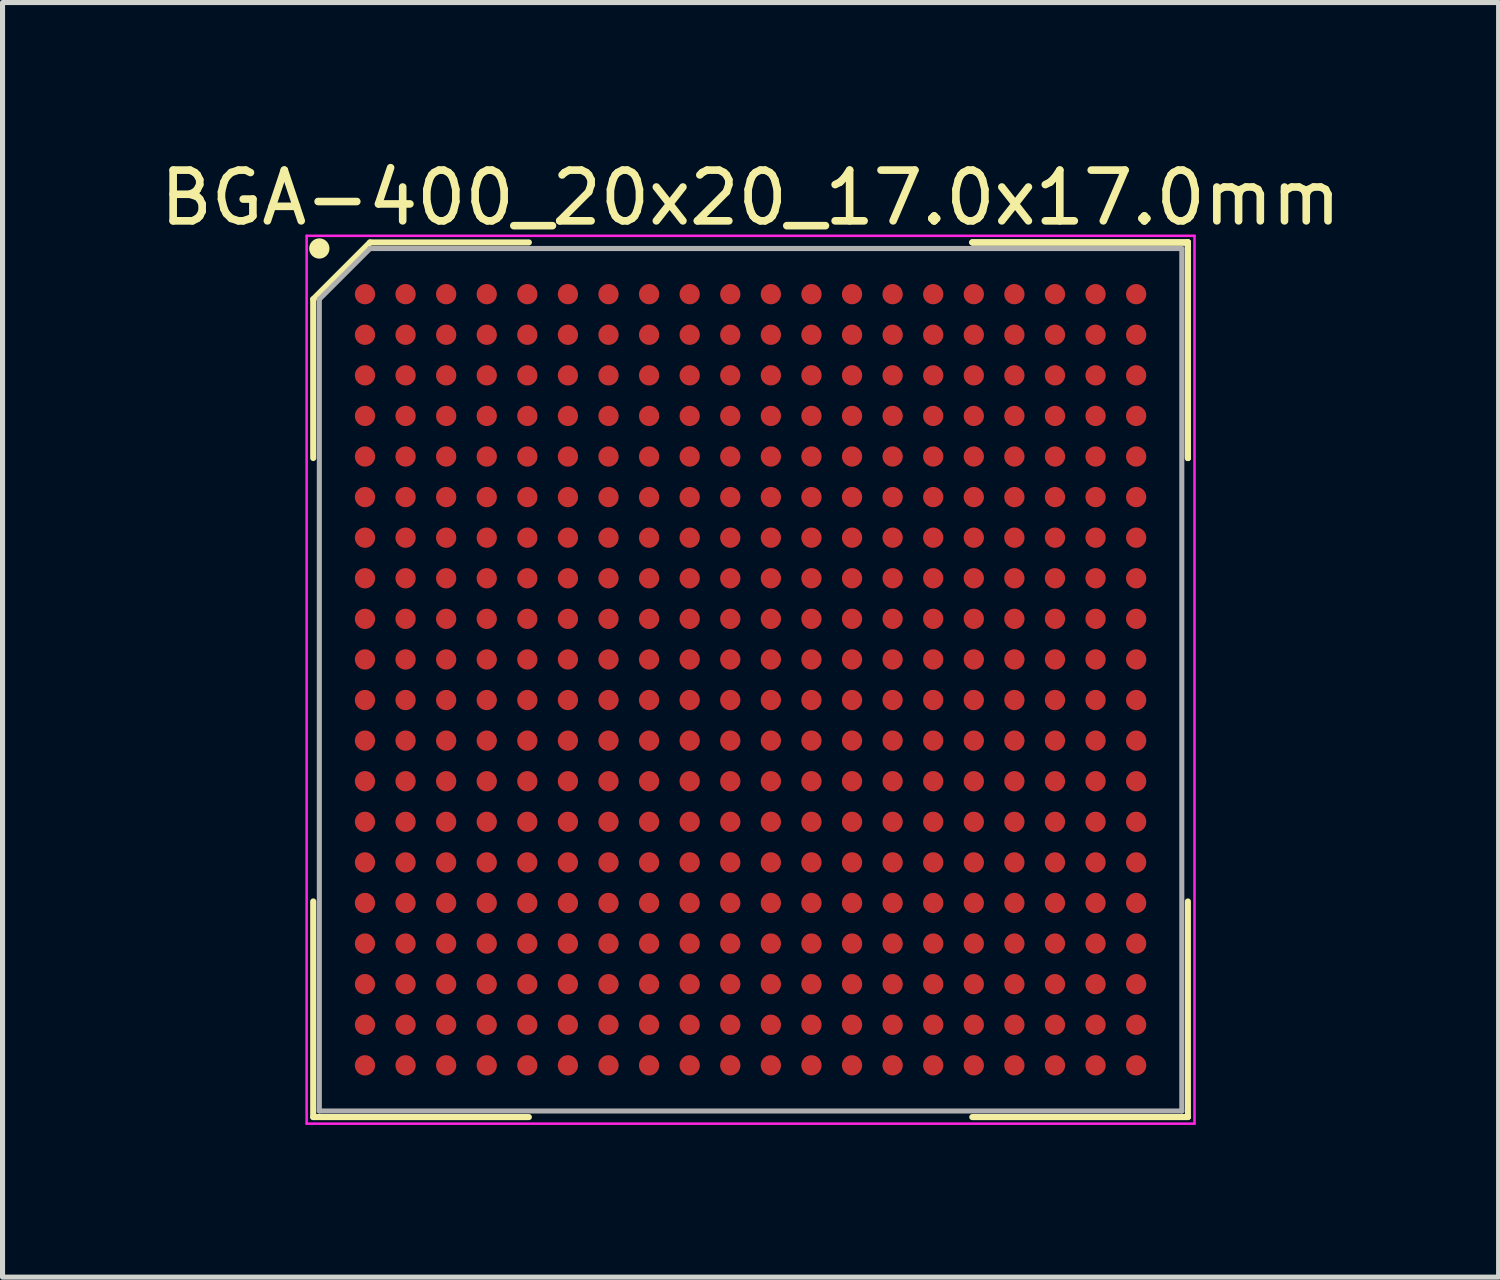
<source format=kicad_pcb>
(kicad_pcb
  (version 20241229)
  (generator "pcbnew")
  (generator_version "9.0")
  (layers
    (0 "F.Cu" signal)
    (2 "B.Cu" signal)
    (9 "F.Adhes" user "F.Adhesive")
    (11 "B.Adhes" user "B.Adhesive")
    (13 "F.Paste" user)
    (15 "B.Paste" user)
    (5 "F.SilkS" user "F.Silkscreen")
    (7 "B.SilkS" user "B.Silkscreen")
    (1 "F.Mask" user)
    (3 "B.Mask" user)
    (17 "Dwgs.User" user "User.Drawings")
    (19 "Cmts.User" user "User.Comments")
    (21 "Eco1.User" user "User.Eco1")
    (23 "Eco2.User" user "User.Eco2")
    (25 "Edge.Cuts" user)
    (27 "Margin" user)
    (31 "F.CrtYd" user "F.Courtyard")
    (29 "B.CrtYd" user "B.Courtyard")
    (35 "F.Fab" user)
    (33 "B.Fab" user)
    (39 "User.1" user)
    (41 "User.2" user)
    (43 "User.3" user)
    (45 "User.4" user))
  (footprint "BGA-400_20x20_17.0x17.0mm"
    (layer "F.Cu")
    (at 11.744 10.348)
    (property "Reference" "BGA-400_20x20_17.0x17.0mm" (at 0 -9.5 0) (layer "F.SilkS") (effects (font (size 1 1) (thickness 0.15))))
    (attr smd)
    (fp_line (start -8.62 -7.5) (end -8.62 -4.37) (stroke (width 0.12) (type solid)) (layer "F.SilkS"))
    (fp_line (start -8.62 8.62) (end -8.62 4.37) (stroke (width 0.12) (type solid)) (layer "F.SilkS"))
    (fp_line (start -7.5 -8.62) (end -8.62 -7.5) (stroke (width 0.12) (type solid)) (layer "F.SilkS"))
    (fp_line (start -4.37 -8.62) (end -7.5 -8.62) (stroke (width 0.12) (type solid)) (layer "F.SilkS"))
    (fp_line (start -4.37 8.62) (end -8.62 8.62) (stroke (width 0.12) (type solid)) (layer "F.SilkS"))
    (fp_line (start 4.37 -8.62) (end 8.62 -8.62) (stroke (width 0.12) (type solid)) (layer "F.SilkS"))
    (fp_line (start 4.37 -8.62) (end 8.62 -8.62) (stroke (width 0.12) (type solid)) (layer "F.SilkS"))
    (fp_line (start 4.37 -8.62) (end 8.62 -8.62) (stroke (width 0.12) (type solid)) (layer "F.SilkS"))
    (fp_line (start 4.37 8.62) (end 8.62 8.62) (stroke (width 0.12) (type solid)) (layer "F.SilkS"))
    (fp_line (start 8.62 -8.62) (end 8.62 -4.37) (stroke (width 0.12) (type solid)) (layer "F.SilkS"))
    (fp_line (start 8.62 -8.62) (end 8.62 -4.37) (stroke (width 0.12) (type solid)) (layer "F.SilkS"))
    (fp_line (start 8.62 -8.62) (end 8.62 -4.37) (stroke (width 0.12) (type solid)) (layer "F.SilkS"))
    (fp_line (start 8.62 8.62) (end 8.62 4.37) (stroke (width 0.12) (type solid)) (layer "F.SilkS"))
    (fp_circle (center -8.5 -8.5) (end -8.5 -8.4) (stroke (width 0.2) (type solid)) (fill no) (layer "F.SilkS"))
    (fp_line (start -8.75 -8.75) (end 8.75 -8.75) (stroke (width 0.05) (type solid)) (layer "F.CrtYd"))
    (fp_line (start -8.75 8.75) (end -8.75 -8.75) (stroke (width 0.05) (type solid)) (layer "F.CrtYd"))
    (fp_line (start 8.75 -8.75) (end 8.75 8.75) (stroke (width 0.05) (type solid)) (layer "F.CrtYd"))
    (fp_line (start 8.75 8.75) (end -8.75 8.75) (stroke (width 0.05) (type solid)) (layer "F.CrtYd"))
    (fp_line (start -8.5 -7.5) (end -8.5 8.5) (stroke (width 0.1) (type solid)) (layer "F.Fab"))
    (fp_line (start -8.5 8.5) (end 8.5 8.5) (stroke (width 0.1) (type solid)) (layer "F.Fab"))
    (fp_line (start -7.5 -8.5) (end -8.5 -7.5) (stroke (width 0.1) (type solid)) (layer "F.Fab"))
    (fp_line (start 8.5 -8.5) (end -7.5 -8.5) (stroke (width 0.1) (type solid)) (layer "F.Fab"))
    (fp_line (start 8.5 8.5) (end 8.5 -8.5) (stroke (width 0.1) (type solid)) (layer "F.Fab"))
    (pad "A1" smd circle (at -7.6 -7.6) (size 0.4 0.4) (layers "F.Cu" "F.Mask" "F.Paste"))
    (pad "A2" smd circle (at -6.8 -7.6) (size 0.4 0.4) (layers "F.Cu" "F.Mask" "F.Paste"))
    (pad "A3" smd circle (at -6 -7.6) (size 0.4 0.4) (layers "F.Cu" "F.Mask" "F.Paste"))
    (pad "A4" smd circle (at -5.2 -7.6) (size 0.4 0.4) (layers "F.Cu" "F.Mask" "F.Paste"))
    (pad "A5" smd circle (at -4.4 -7.6) (size 0.4 0.4) (layers "F.Cu" "F.Mask" "F.Paste"))
    (pad "A6" smd circle (at -3.6 -7.6) (size 0.4 0.4) (layers "F.Cu" "F.Mask" "F.Paste"))
    (pad "A7" smd circle (at -2.8 -7.6) (size 0.4 0.4) (layers "F.Cu" "F.Mask" "F.Paste"))
    (pad "A8" smd circle (at -2 -7.6) (size 0.4 0.4) (layers "F.Cu" "F.Mask" "F.Paste"))
    (pad "A9" smd circle (at -1.2 -7.6) (size 0.4 0.4) (layers "F.Cu" "F.Mask" "F.Paste"))
    (pad "A10" smd circle (at -0.4 -7.6) (size 0.4 0.4) (layers "F.Cu" "F.Mask" "F.Paste"))
    (pad "A11" smd circle (at 0.4 -7.6) (size 0.4 0.4) (layers "F.Cu" "F.Mask" "F.Paste"))
    (pad "A12" smd circle (at 1.2 -7.6) (size 0.4 0.4) (layers "F.Cu" "F.Mask" "F.Paste"))
    (pad "A13" smd circle (at 2 -7.6) (size 0.4 0.4) (layers "F.Cu" "F.Mask" "F.Paste"))
    (pad "A14" smd circle (at 2.8 -7.6) (size 0.4 0.4) (layers "F.Cu" "F.Mask" "F.Paste"))
    (pad "A15" smd circle (at 3.6 -7.6) (size 0.4 0.4) (layers "F.Cu" "F.Mask" "F.Paste"))
    (pad "A16" smd circle (at 4.4 -7.6) (size 0.4 0.4) (layers "F.Cu" "F.Mask" "F.Paste"))
    (pad "A17" smd circle (at 5.2 -7.6) (size 0.4 0.4) (layers "F.Cu" "F.Mask" "F.Paste"))
    (pad "A18" smd circle (at 6 -7.6) (size 0.4 0.4) (layers "F.Cu" "F.Mask" "F.Paste"))
    (pad "A19" smd circle (at 6.8 -7.6) (size 0.4 0.4) (layers "F.Cu" "F.Mask" "F.Paste"))
    (pad "A20" smd circle (at 7.6 -7.6) (size 0.4 0.4) (layers "F.Cu" "F.Mask" "F.Paste"))
    (pad "B1" smd circle (at -7.6 -6.8) (size 0.4 0.4) (layers "F.Cu" "F.Mask" "F.Paste"))
    (pad "B2" smd circle (at -6.8 -6.8) (size 0.4 0.4) (layers "F.Cu" "F.Mask" "F.Paste"))
    (pad "B3" smd circle (at -6 -6.8) (size 0.4 0.4) (layers "F.Cu" "F.Mask" "F.Paste"))
    (pad "B4" smd circle (at -5.2 -6.8) (size 0.4 0.4) (layers "F.Cu" "F.Mask" "F.Paste"))
    (pad "B5" smd circle (at -4.4 -6.8) (size 0.4 0.4) (layers "F.Cu" "F.Mask" "F.Paste"))
    (pad "B6" smd circle (at -3.6 -6.8) (size 0.4 0.4) (layers "F.Cu" "F.Mask" "F.Paste"))
    (pad "B7" smd circle (at -2.8 -6.8) (size 0.4 0.4) (layers "F.Cu" "F.Mask" "F.Paste"))
    (pad "B8" smd circle (at -2 -6.8) (size 0.4 0.4) (layers "F.Cu" "F.Mask" "F.Paste"))
    (pad "B9" smd circle (at -1.2 -6.8) (size 0.4 0.4) (layers "F.Cu" "F.Mask" "F.Paste"))
    (pad "B10" smd circle (at -0.4 -6.8) (size 0.4 0.4) (layers "F.Cu" "F.Mask" "F.Paste"))
    (pad "B11" smd circle (at 0.4 -6.8) (size 0.4 0.4) (layers "F.Cu" "F.Mask" "F.Paste"))
    (pad "B12" smd circle (at 1.2 -6.8) (size 0.4 0.4) (layers "F.Cu" "F.Mask" "F.Paste"))
    (pad "B13" smd circle (at 2 -6.8) (size 0.4 0.4) (layers "F.Cu" "F.Mask" "F.Paste"))
    (pad "B14" smd circle (at 2.8 -6.8) (size 0.4 0.4) (layers "F.Cu" "F.Mask" "F.Paste"))
    (pad "B15" smd circle (at 3.6 -6.8) (size 0.4 0.4) (layers "F.Cu" "F.Mask" "F.Paste"))
    (pad "B16" smd circle (at 4.4 -6.8) (size 0.4 0.4) (layers "F.Cu" "F.Mask" "F.Paste"))
    (pad "B17" smd circle (at 5.2 -6.8) (size 0.4 0.4) (layers "F.Cu" "F.Mask" "F.Paste"))
    (pad "B18" smd circle (at 6 -6.8) (size 0.4 0.4) (layers "F.Cu" "F.Mask" "F.Paste"))
    (pad "B19" smd circle (at 6.8 -6.8) (size 0.4 0.4) (layers "F.Cu" "F.Mask" "F.Paste"))
    (pad "B20" smd circle (at 7.6 -6.8) (size 0.4 0.4) (layers "F.Cu" "F.Mask" "F.Paste"))
    (pad "C1" smd circle (at -7.6 -6) (size 0.4 0.4) (layers "F.Cu" "F.Mask" "F.Paste"))
    (pad "C2" smd circle (at -6.8 -6) (size 0.4 0.4) (layers "F.Cu" "F.Mask" "F.Paste"))
    (pad "C3" smd circle (at -6 -6) (size 0.4 0.4) (layers "F.Cu" "F.Mask" "F.Paste"))
    (pad "C4" smd circle (at -5.2 -6) (size 0.4 0.4) (layers "F.Cu" "F.Mask" "F.Paste"))
    (pad "C5" smd circle (at -4.4 -6) (size 0.4 0.4) (layers "F.Cu" "F.Mask" "F.Paste"))
    (pad "C6" smd circle (at -3.6 -6) (size 0.4 0.4) (layers "F.Cu" "F.Mask" "F.Paste"))
    (pad "C7" smd circle (at -2.8 -6) (size 0.4 0.4) (layers "F.Cu" "F.Mask" "F.Paste"))
    (pad "C8" smd circle (at -2 -6) (size 0.4 0.4) (layers "F.Cu" "F.Mask" "F.Paste"))
    (pad "C9" smd circle (at -1.2 -6) (size 0.4 0.4) (layers "F.Cu" "F.Mask" "F.Paste"))
    (pad "C10" smd circle (at -0.4 -6) (size 0.4 0.4) (layers "F.Cu" "F.Mask" "F.Paste"))
    (pad "C11" smd circle (at 0.4 -6) (size 0.4 0.4) (layers "F.Cu" "F.Mask" "F.Paste"))
    (pad "C12" smd circle (at 1.2 -6) (size 0.4 0.4) (layers "F.Cu" "F.Mask" "F.Paste"))
    (pad "C13" smd circle (at 2 -6) (size 0.4 0.4) (layers "F.Cu" "F.Mask" "F.Paste"))
    (pad "C14" smd circle (at 2.8 -6) (size 0.4 0.4) (layers "F.Cu" "F.Mask" "F.Paste"))
    (pad "C15" smd circle (at 3.6 -6) (size 0.4 0.4) (layers "F.Cu" "F.Mask" "F.Paste"))
    (pad "C16" smd circle (at 4.4 -6) (size 0.4 0.4) (layers "F.Cu" "F.Mask" "F.Paste"))
    (pad "C17" smd circle (at 5.2 -6) (size 0.4 0.4) (layers "F.Cu" "F.Mask" "F.Paste"))
    (pad "C18" smd circle (at 6 -6) (size 0.4 0.4) (layers "F.Cu" "F.Mask" "F.Paste"))
    (pad "C19" smd circle (at 6.8 -6) (size 0.4 0.4) (layers "F.Cu" "F.Mask" "F.Paste"))
    (pad "C20" smd circle (at 7.6 -6) (size 0.4 0.4) (layers "F.Cu" "F.Mask" "F.Paste"))
    (pad "D1" smd circle (at -7.6 -5.2) (size 0.4 0.4) (layers "F.Cu" "F.Mask" "F.Paste"))
    (pad "D2" smd circle (at -6.8 -5.2) (size 0.4 0.4) (layers "F.Cu" "F.Mask" "F.Paste"))
    (pad "D3" smd circle (at -6 -5.2) (size 0.4 0.4) (layers "F.Cu" "F.Mask" "F.Paste"))
    (pad "D4" smd circle (at -5.2 -5.2) (size 0.4 0.4) (layers "F.Cu" "F.Mask" "F.Paste"))
    (pad "D5" smd circle (at -4.4 -5.2) (size 0.4 0.4) (layers "F.Cu" "F.Mask" "F.Paste"))
    (pad "D6" smd circle (at -3.6 -5.2) (size 0.4 0.4) (layers "F.Cu" "F.Mask" "F.Paste"))
    (pad "D7" smd circle (at -2.8 -5.2) (size 0.4 0.4) (layers "F.Cu" "F.Mask" "F.Paste"))
    (pad "D8" smd circle (at -2 -5.2) (size 0.4 0.4) (layers "F.Cu" "F.Mask" "F.Paste"))
    (pad "D9" smd circle (at -1.2 -5.2) (size 0.4 0.4) (layers "F.Cu" "F.Mask" "F.Paste"))
    (pad "D10" smd circle (at -0.4 -5.2) (size 0.4 0.4) (layers "F.Cu" "F.Mask" "F.Paste"))
    (pad "D11" smd circle (at 0.4 -5.2) (size 0.4 0.4) (layers "F.Cu" "F.Mask" "F.Paste"))
    (pad "D12" smd circle (at 1.2 -5.2) (size 0.4 0.4) (layers "F.Cu" "F.Mask" "F.Paste"))
    (pad "D13" smd circle (at 2 -5.2) (size 0.4 0.4) (layers "F.Cu" "F.Mask" "F.Paste"))
    (pad "D14" smd circle (at 2.8 -5.2) (size 0.4 0.4) (layers "F.Cu" "F.Mask" "F.Paste"))
    (pad "D15" smd circle (at 3.6 -5.2) (size 0.4 0.4) (layers "F.Cu" "F.Mask" "F.Paste"))
    (pad "D16" smd circle (at 4.4 -5.2) (size 0.4 0.4) (layers "F.Cu" "F.Mask" "F.Paste"))
    (pad "D17" smd circle (at 5.2 -5.2) (size 0.4 0.4) (layers "F.Cu" "F.Mask" "F.Paste"))
    (pad "D18" smd circle (at 6 -5.2) (size 0.4 0.4) (layers "F.Cu" "F.Mask" "F.Paste"))
    (pad "D19" smd circle (at 6.8 -5.2) (size 0.4 0.4) (layers "F.Cu" "F.Mask" "F.Paste"))
    (pad "D20" smd circle (at 7.6 -5.2) (size 0.4 0.4) (layers "F.Cu" "F.Mask" "F.Paste"))
    (pad "E1" smd circle (at -7.6 -4.4) (size 0.4 0.4) (layers "F.Cu" "F.Mask" "F.Paste"))
    (pad "E2" smd circle (at -6.8 -4.4) (size 0.4 0.4) (layers "F.Cu" "F.Mask" "F.Paste"))
    (pad "E3" smd circle (at -6 -4.4) (size 0.4 0.4) (layers "F.Cu" "F.Mask" "F.Paste"))
    (pad "E4" smd circle (at -5.2 -4.4) (size 0.4 0.4) (layers "F.Cu" "F.Mask" "F.Paste"))
    (pad "E5" smd circle (at -4.4 -4.4) (size 0.4 0.4) (layers "F.Cu" "F.Mask" "F.Paste"))
    (pad "E6" smd circle (at -3.6 -4.4) (size 0.4 0.4) (layers "F.Cu" "F.Mask" "F.Paste"))
    (pad "E7" smd circle (at -2.8 -4.4) (size 0.4 0.4) (layers "F.Cu" "F.Mask" "F.Paste"))
    (pad "E8" smd circle (at -2 -4.4) (size 0.4 0.4) (layers "F.Cu" "F.Mask" "F.Paste"))
    (pad "E9" smd circle (at -1.2 -4.4) (size 0.4 0.4) (layers "F.Cu" "F.Mask" "F.Paste"))
    (pad "E10" smd circle (at -0.4 -4.4) (size 0.4 0.4) (layers "F.Cu" "F.Mask" "F.Paste"))
    (pad "E11" smd circle (at 0.4 -4.4) (size 0.4 0.4) (layers "F.Cu" "F.Mask" "F.Paste"))
    (pad "E12" smd circle (at 1.2 -4.4) (size 0.4 0.4) (layers "F.Cu" "F.Mask" "F.Paste"))
    (pad "E13" smd circle (at 2 -4.4) (size 0.4 0.4) (layers "F.Cu" "F.Mask" "F.Paste"))
    (pad "E14" smd circle (at 2.8 -4.4) (size 0.4 0.4) (layers "F.Cu" "F.Mask" "F.Paste"))
    (pad "E15" smd circle (at 3.6 -4.4) (size 0.4 0.4) (layers "F.Cu" "F.Mask" "F.Paste"))
    (pad "E16" smd circle (at 4.4 -4.4) (size 0.4 0.4) (layers "F.Cu" "F.Mask" "F.Paste"))
    (pad "E17" smd circle (at 5.2 -4.4) (size 0.4 0.4) (layers "F.Cu" "F.Mask" "F.Paste"))
    (pad "E18" smd circle (at 6 -4.4) (size 0.4 0.4) (layers "F.Cu" "F.Mask" "F.Paste"))
    (pad "E19" smd circle (at 6.8 -4.4) (size 0.4 0.4) (layers "F.Cu" "F.Mask" "F.Paste"))
    (pad "E20" smd circle (at 7.6 -4.4) (size 0.4 0.4) (layers "F.Cu" "F.Mask" "F.Paste"))
    (pad "F1" smd circle (at -7.6 -3.6) (size 0.4 0.4) (layers "F.Cu" "F.Mask" "F.Paste"))
    (pad "F2" smd circle (at -6.8 -3.6) (size 0.4 0.4) (layers "F.Cu" "F.Mask" "F.Paste"))
    (pad "F3" smd circle (at -6 -3.6) (size 0.4 0.4) (layers "F.Cu" "F.Mask" "F.Paste"))
    (pad "F4" smd circle (at -5.2 -3.6) (size 0.4 0.4) (layers "F.Cu" "F.Mask" "F.Paste"))
    (pad "F5" smd circle (at -4.4 -3.6) (size 0.4 0.4) (layers "F.Cu" "F.Mask" "F.Paste"))
    (pad "F6" smd circle (at -3.6 -3.6) (size 0.4 0.4) (layers "F.Cu" "F.Mask" "F.Paste"))
    (pad "F7" smd circle (at -2.8 -3.6) (size 0.4 0.4) (layers "F.Cu" "F.Mask" "F.Paste"))
    (pad "F8" smd circle (at -2 -3.6) (size 0.4 0.4) (layers "F.Cu" "F.Mask" "F.Paste"))
    (pad "F9" smd circle (at -1.2 -3.6) (size 0.4 0.4) (layers "F.Cu" "F.Mask" "F.Paste"))
    (pad "F10" smd circle (at -0.4 -3.6) (size 0.4 0.4) (layers "F.Cu" "F.Mask" "F.Paste"))
    (pad "F11" smd circle (at 0.4 -3.6) (size 0.4 0.4) (layers "F.Cu" "F.Mask" "F.Paste"))
    (pad "F12" smd circle (at 1.2 -3.6) (size 0.4 0.4) (layers "F.Cu" "F.Mask" "F.Paste"))
    (pad "F13" smd circle (at 2 -3.6) (size 0.4 0.4) (layers "F.Cu" "F.Mask" "F.Paste"))
    (pad "F14" smd circle (at 2.8 -3.6) (size 0.4 0.4) (layers "F.Cu" "F.Mask" "F.Paste"))
    (pad "F15" smd circle (at 3.6 -3.6) (size 0.4 0.4) (layers "F.Cu" "F.Mask" "F.Paste"))
    (pad "F16" smd circle (at 4.4 -3.6) (size 0.4 0.4) (layers "F.Cu" "F.Mask" "F.Paste"))
    (pad "F17" smd circle (at 5.2 -3.6) (size 0.4 0.4) (layers "F.Cu" "F.Mask" "F.Paste"))
    (pad "F18" smd circle (at 6 -3.6) (size 0.4 0.4) (layers "F.Cu" "F.Mask" "F.Paste"))
    (pad "F19" smd circle (at 6.8 -3.6) (size 0.4 0.4) (layers "F.Cu" "F.Mask" "F.Paste"))
    (pad "F20" smd circle (at 7.6 -3.6) (size 0.4 0.4) (layers "F.Cu" "F.Mask" "F.Paste"))
    (pad "G1" smd circle (at -7.6 -2.8) (size 0.4 0.4) (layers "F.Cu" "F.Mask" "F.Paste"))
    (pad "G2" smd circle (at -6.8 -2.8) (size 0.4 0.4) (layers "F.Cu" "F.Mask" "F.Paste"))
    (pad "G3" smd circle (at -6 -2.8) (size 0.4 0.4) (layers "F.Cu" "F.Mask" "F.Paste"))
    (pad "G4" smd circle (at -5.2 -2.8) (size 0.4 0.4) (layers "F.Cu" "F.Mask" "F.Paste"))
    (pad "G5" smd circle (at -4.4 -2.8) (size 0.4 0.4) (layers "F.Cu" "F.Mask" "F.Paste"))
    (pad "G6" smd circle (at -3.6 -2.8) (size 0.4 0.4) (layers "F.Cu" "F.Mask" "F.Paste"))
    (pad "G7" smd circle (at -2.8 -2.8) (size 0.4 0.4) (layers "F.Cu" "F.Mask" "F.Paste"))
    (pad "G8" smd circle (at -2 -2.8) (size 0.4 0.4) (layers "F.Cu" "F.Mask" "F.Paste"))
    (pad "G9" smd circle (at -1.2 -2.8) (size 0.4 0.4) (layers "F.Cu" "F.Mask" "F.Paste"))
    (pad "G10" smd circle (at -0.4 -2.8) (size 0.4 0.4) (layers "F.Cu" "F.Mask" "F.Paste"))
    (pad "G11" smd circle (at 0.4 -2.8) (size 0.4 0.4) (layers "F.Cu" "F.Mask" "F.Paste"))
    (pad "G12" smd circle (at 1.2 -2.8) (size 0.4 0.4) (layers "F.Cu" "F.Mask" "F.Paste"))
    (pad "G13" smd circle (at 2 -2.8) (size 0.4 0.4) (layers "F.Cu" "F.Mask" "F.Paste"))
    (pad "G14" smd circle (at 2.8 -2.8) (size 0.4 0.4) (layers "F.Cu" "F.Mask" "F.Paste"))
    (pad "G15" smd circle (at 3.6 -2.8) (size 0.4 0.4) (layers "F.Cu" "F.Mask" "F.Paste"))
    (pad "G16" smd circle (at 4.4 -2.8) (size 0.4 0.4) (layers "F.Cu" "F.Mask" "F.Paste"))
    (pad "G17" smd circle (at 5.2 -2.8) (size 0.4 0.4) (layers "F.Cu" "F.Mask" "F.Paste"))
    (pad "G18" smd circle (at 6 -2.8) (size 0.4 0.4) (layers "F.Cu" "F.Mask" "F.Paste"))
    (pad "G19" smd circle (at 6.8 -2.8) (size 0.4 0.4) (layers "F.Cu" "F.Mask" "F.Paste"))
    (pad "G20" smd circle (at 7.6 -2.8) (size 0.4 0.4) (layers "F.Cu" "F.Mask" "F.Paste"))
    (pad "H1" smd circle (at -7.6 -2) (size 0.4 0.4) (layers "F.Cu" "F.Mask" "F.Paste"))
    (pad "H2" smd circle (at -6.8 -2) (size 0.4 0.4) (layers "F.Cu" "F.Mask" "F.Paste"))
    (pad "H3" smd circle (at -6 -2) (size 0.4 0.4) (layers "F.Cu" "F.Mask" "F.Paste"))
    (pad "H4" smd circle (at -5.2 -2) (size 0.4 0.4) (layers "F.Cu" "F.Mask" "F.Paste"))
    (pad "H5" smd circle (at -4.4 -2) (size 0.4 0.4) (layers "F.Cu" "F.Mask" "F.Paste"))
    (pad "H6" smd circle (at -3.6 -2) (size 0.4 0.4) (layers "F.Cu" "F.Mask" "F.Paste"))
    (pad "H7" smd circle (at -2.8 -2) (size 0.4 0.4) (layers "F.Cu" "F.Mask" "F.Paste"))
    (pad "H8" smd circle (at -2 -2) (size 0.4 0.4) (layers "F.Cu" "F.Mask" "F.Paste"))
    (pad "H9" smd circle (at -1.2 -2) (size 0.4 0.4) (layers "F.Cu" "F.Mask" "F.Paste"))
    (pad "H10" smd circle (at -0.4 -2) (size 0.4 0.4) (layers "F.Cu" "F.Mask" "F.Paste"))
    (pad "H11" smd circle (at 0.4 -2) (size 0.4 0.4) (layers "F.Cu" "F.Mask" "F.Paste"))
    (pad "H12" smd circle (at 1.2 -2) (size 0.4 0.4) (layers "F.Cu" "F.Mask" "F.Paste"))
    (pad "H13" smd circle (at 2 -2) (size 0.4 0.4) (layers "F.Cu" "F.Mask" "F.Paste"))
    (pad "H14" smd circle (at 2.8 -2) (size 0.4 0.4) (layers "F.Cu" "F.Mask" "F.Paste"))
    (pad "H15" smd circle (at 3.6 -2) (size 0.4 0.4) (layers "F.Cu" "F.Mask" "F.Paste"))
    (pad "H16" smd circle (at 4.4 -2) (size 0.4 0.4) (layers "F.Cu" "F.Mask" "F.Paste"))
    (pad "H17" smd circle (at 5.2 -2) (size 0.4 0.4) (layers "F.Cu" "F.Mask" "F.Paste"))
    (pad "H18" smd circle (at 6 -2) (size 0.4 0.4) (layers "F.Cu" "F.Mask" "F.Paste"))
    (pad "H19" smd circle (at 6.8 -2) (size 0.4 0.4) (layers "F.Cu" "F.Mask" "F.Paste"))
    (pad "H20" smd circle (at 7.6 -2) (size 0.4 0.4) (layers "F.Cu" "F.Mask" "F.Paste"))
    (pad "J1" smd circle (at -7.6 -1.2) (size 0.4 0.4) (layers "F.Cu" "F.Mask" "F.Paste"))
    (pad "J2" smd circle (at -6.8 -1.2) (size 0.4 0.4) (layers "F.Cu" "F.Mask" "F.Paste"))
    (pad "J3" smd circle (at -6 -1.2) (size 0.4 0.4) (layers "F.Cu" "F.Mask" "F.Paste"))
    (pad "J4" smd circle (at -5.2 -1.2) (size 0.4 0.4) (layers "F.Cu" "F.Mask" "F.Paste"))
    (pad "J5" smd circle (at -4.4 -1.2) (size 0.4 0.4) (layers "F.Cu" "F.Mask" "F.Paste"))
    (pad "J6" smd circle (at -3.6 -1.2) (size 0.4 0.4) (layers "F.Cu" "F.Mask" "F.Paste"))
    (pad "J7" smd circle (at -2.8 -1.2) (size 0.4 0.4) (layers "F.Cu" "F.Mask" "F.Paste"))
    (pad "J8" smd circle (at -2 -1.2) (size 0.4 0.4) (layers "F.Cu" "F.Mask" "F.Paste"))
    (pad "J9" smd circle (at -1.2 -1.2) (size 0.4 0.4) (layers "F.Cu" "F.Mask" "F.Paste"))
    (pad "J10" smd circle (at -0.4 -1.2) (size 0.4 0.4) (layers "F.Cu" "F.Mask" "F.Paste"))
    (pad "J11" smd circle (at 0.4 -1.2) (size 0.4 0.4) (layers "F.Cu" "F.Mask" "F.Paste"))
    (pad "J12" smd circle (at 1.2 -1.2) (size 0.4 0.4) (layers "F.Cu" "F.Mask" "F.Paste"))
    (pad "J13" smd circle (at 2 -1.2) (size 0.4 0.4) (layers "F.Cu" "F.Mask" "F.Paste"))
    (pad "J14" smd circle (at 2.8 -1.2) (size 0.4 0.4) (layers "F.Cu" "F.Mask" "F.Paste"))
    (pad "J15" smd circle (at 3.6 -1.2) (size 0.4 0.4) (layers "F.Cu" "F.Mask" "F.Paste"))
    (pad "J16" smd circle (at 4.4 -1.2) (size 0.4 0.4) (layers "F.Cu" "F.Mask" "F.Paste"))
    (pad "J17" smd circle (at 5.2 -1.2) (size 0.4 0.4) (layers "F.Cu" "F.Mask" "F.Paste"))
    (pad "J18" smd circle (at 6 -1.2) (size 0.4 0.4) (layers "F.Cu" "F.Mask" "F.Paste"))
    (pad "J19" smd circle (at 6.8 -1.2) (size 0.4 0.4) (layers "F.Cu" "F.Mask" "F.Paste"))
    (pad "J20" smd circle (at 7.6 -1.2) (size 0.4 0.4) (layers "F.Cu" "F.Mask" "F.Paste"))
    (pad "K1" smd circle (at -7.6 -0.4) (size 0.4 0.4) (layers "F.Cu" "F.Mask" "F.Paste"))
    (pad "K2" smd circle (at -6.8 -0.4) (size 0.4 0.4) (layers "F.Cu" "F.Mask" "F.Paste"))
    (pad "K3" smd circle (at -6 -0.4) (size 0.4 0.4) (layers "F.Cu" "F.Mask" "F.Paste"))
    (pad "K4" smd circle (at -5.2 -0.4) (size 0.4 0.4) (layers "F.Cu" "F.Mask" "F.Paste"))
    (pad "K5" smd circle (at -4.4 -0.4) (size 0.4 0.4) (layers "F.Cu" "F.Mask" "F.Paste"))
    (pad "K6" smd circle (at -3.6 -0.4) (size 0.4 0.4) (layers "F.Cu" "F.Mask" "F.Paste"))
    (pad "K7" smd circle (at -2.8 -0.4) (size 0.4 0.4) (layers "F.Cu" "F.Mask" "F.Paste"))
    (pad "K8" smd circle (at -2 -0.4) (size 0.4 0.4) (layers "F.Cu" "F.Mask" "F.Paste"))
    (pad "K9" smd circle (at -1.2 -0.4) (size 0.4 0.4) (layers "F.Cu" "F.Mask" "F.Paste"))
    (pad "K10" smd circle (at -0.4 -0.4) (size 0.4 0.4) (layers "F.Cu" "F.Mask" "F.Paste"))
    (pad "K11" smd circle (at 0.4 -0.4) (size 0.4 0.4) (layers "F.Cu" "F.Mask" "F.Paste"))
    (pad "K12" smd circle (at 1.2 -0.4) (size 0.4 0.4) (layers "F.Cu" "F.Mask" "F.Paste"))
    (pad "K13" smd circle (at 2 -0.4) (size 0.4 0.4) (layers "F.Cu" "F.Mask" "F.Paste"))
    (pad "K14" smd circle (at 2.8 -0.4) (size 0.4 0.4) (layers "F.Cu" "F.Mask" "F.Paste"))
    (pad "K15" smd circle (at 3.6 -0.4) (size 0.4 0.4) (layers "F.Cu" "F.Mask" "F.Paste"))
    (pad "K16" smd circle (at 4.4 -0.4) (size 0.4 0.4) (layers "F.Cu" "F.Mask" "F.Paste"))
    (pad "K17" smd circle (at 5.2 -0.4) (size 0.4 0.4) (layers "F.Cu" "F.Mask" "F.Paste"))
    (pad "K18" smd circle (at 6 -0.4) (size 0.4 0.4) (layers "F.Cu" "F.Mask" "F.Paste"))
    (pad "K19" smd circle (at 6.8 -0.4) (size 0.4 0.4) (layers "F.Cu" "F.Mask" "F.Paste"))
    (pad "K20" smd circle (at 7.6 -0.4) (size 0.4 0.4) (layers "F.Cu" "F.Mask" "F.Paste"))
    (pad "L1" smd circle (at -7.6 0.4) (size 0.4 0.4) (layers "F.Cu" "F.Mask" "F.Paste"))
    (pad "L2" smd circle (at -6.8 0.4) (size 0.4 0.4) (layers "F.Cu" "F.Mask" "F.Paste"))
    (pad "L3" smd circle (at -6 0.4) (size 0.4 0.4) (layers "F.Cu" "F.Mask" "F.Paste"))
    (pad "L4" smd circle (at -5.2 0.4) (size 0.4 0.4) (layers "F.Cu" "F.Mask" "F.Paste"))
    (pad "L5" smd circle (at -4.4 0.4) (size 0.4 0.4) (layers "F.Cu" "F.Mask" "F.Paste"))
    (pad "L6" smd circle (at -3.6 0.4) (size 0.4 0.4) (layers "F.Cu" "F.Mask" "F.Paste"))
    (pad "L7" smd circle (at -2.8 0.4) (size 0.4 0.4) (layers "F.Cu" "F.Mask" "F.Paste"))
    (pad "L8" smd circle (at -2 0.4) (size 0.4 0.4) (layers "F.Cu" "F.Mask" "F.Paste"))
    (pad "L9" smd circle (at -1.2 0.4) (size 0.4 0.4) (layers "F.Cu" "F.Mask" "F.Paste"))
    (pad "L10" smd circle (at -0.4 0.4) (size 0.4 0.4) (layers "F.Cu" "F.Mask" "F.Paste"))
    (pad "L11" smd circle (at 0.4 0.4) (size 0.4 0.4) (layers "F.Cu" "F.Mask" "F.Paste"))
    (pad "L12" smd circle (at 1.2 0.4) (size 0.4 0.4) (layers "F.Cu" "F.Mask" "F.Paste"))
    (pad "L13" smd circle (at 2 0.4) (size 0.4 0.4) (layers "F.Cu" "F.Mask" "F.Paste"))
    (pad "L14" smd circle (at 2.8 0.4) (size 0.4 0.4) (layers "F.Cu" "F.Mask" "F.Paste"))
    (pad "L15" smd circle (at 3.6 0.4) (size 0.4 0.4) (layers "F.Cu" "F.Mask" "F.Paste"))
    (pad "L16" smd circle (at 4.4 0.4) (size 0.4 0.4) (layers "F.Cu" "F.Mask" "F.Paste"))
    (pad "L17" smd circle (at 5.2 0.4) (size 0.4 0.4) (layers "F.Cu" "F.Mask" "F.Paste"))
    (pad "L18" smd circle (at 6 0.4) (size 0.4 0.4) (layers "F.Cu" "F.Mask" "F.Paste"))
    (pad "L19" smd circle (at 6.8 0.4) (size 0.4 0.4) (layers "F.Cu" "F.Mask" "F.Paste"))
    (pad "L20" smd circle (at 7.6 0.4) (size 0.4 0.4) (layers "F.Cu" "F.Mask" "F.Paste"))
    (pad "M1" smd circle (at -7.6 1.2) (size 0.4 0.4) (layers "F.Cu" "F.Mask" "F.Paste"))
    (pad "M2" smd circle (at -6.8 1.2) (size 0.4 0.4) (layers "F.Cu" "F.Mask" "F.Paste"))
    (pad "M3" smd circle (at -6 1.2) (size 0.4 0.4) (layers "F.Cu" "F.Mask" "F.Paste"))
    (pad "M4" smd circle (at -5.2 1.2) (size 0.4 0.4) (layers "F.Cu" "F.Mask" "F.Paste"))
    (pad "M5" smd circle (at -4.4 1.2) (size 0.4 0.4) (layers "F.Cu" "F.Mask" "F.Paste"))
    (pad "M6" smd circle (at -3.6 1.2) (size 0.4 0.4) (layers "F.Cu" "F.Mask" "F.Paste"))
    (pad "M7" smd circle (at -2.8 1.2) (size 0.4 0.4) (layers "F.Cu" "F.Mask" "F.Paste"))
    (pad "M8" smd circle (at -2 1.2) (size 0.4 0.4) (layers "F.Cu" "F.Mask" "F.Paste"))
    (pad "M9" smd circle (at -1.2 1.2) (size 0.4 0.4) (layers "F.Cu" "F.Mask" "F.Paste"))
    (pad "M10" smd circle (at -0.4 1.2) (size 0.4 0.4) (layers "F.Cu" "F.Mask" "F.Paste"))
    (pad "M11" smd circle (at 0.4 1.2) (size 0.4 0.4) (layers "F.Cu" "F.Mask" "F.Paste"))
    (pad "M12" smd circle (at 1.2 1.2) (size 0.4 0.4) (layers "F.Cu" "F.Mask" "F.Paste"))
    (pad "M13" smd circle (at 2 1.2) (size 0.4 0.4) (layers "F.Cu" "F.Mask" "F.Paste"))
    (pad "M14" smd circle (at 2.8 1.2) (size 0.4 0.4) (layers "F.Cu" "F.Mask" "F.Paste"))
    (pad "M15" smd circle (at 3.6 1.2) (size 0.4 0.4) (layers "F.Cu" "F.Mask" "F.Paste"))
    (pad "M16" smd circle (at 4.4 1.2) (size 0.4 0.4) (layers "F.Cu" "F.Mask" "F.Paste"))
    (pad "M17" smd circle (at 5.2 1.2) (size 0.4 0.4) (layers "F.Cu" "F.Mask" "F.Paste"))
    (pad "M18" smd circle (at 6 1.2) (size 0.4 0.4) (layers "F.Cu" "F.Mask" "F.Paste"))
    (pad "M19" smd circle (at 6.8 1.2) (size 0.4 0.4) (layers "F.Cu" "F.Mask" "F.Paste"))
    (pad "M20" smd circle (at 7.6 1.2) (size 0.4 0.4) (layers "F.Cu" "F.Mask" "F.Paste"))
    (pad "N1" smd circle (at -7.6 2) (size 0.4 0.4) (layers "F.Cu" "F.Mask" "F.Paste"))
    (pad "N2" smd circle (at -6.8 2) (size 0.4 0.4) (layers "F.Cu" "F.Mask" "F.Paste"))
    (pad "N3" smd circle (at -6 2) (size 0.4 0.4) (layers "F.Cu" "F.Mask" "F.Paste"))
    (pad "N4" smd circle (at -5.2 2) (size 0.4 0.4) (layers "F.Cu" "F.Mask" "F.Paste"))
    (pad "N5" smd circle (at -4.4 2) (size 0.4 0.4) (layers "F.Cu" "F.Mask" "F.Paste"))
    (pad "N6" smd circle (at -3.6 2) (size 0.4 0.4) (layers "F.Cu" "F.Mask" "F.Paste"))
    (pad "N7" smd circle (at -2.8 2) (size 0.4 0.4) (layers "F.Cu" "F.Mask" "F.Paste"))
    (pad "N8" smd circle (at -2 2) (size 0.4 0.4) (layers "F.Cu" "F.Mask" "F.Paste"))
    (pad "N9" smd circle (at -1.2 2) (size 0.4 0.4) (layers "F.Cu" "F.Mask" "F.Paste"))
    (pad "N10" smd circle (at -0.4 2) (size 0.4 0.4) (layers "F.Cu" "F.Mask" "F.Paste"))
    (pad "N11" smd circle (at 0.4 2) (size 0.4 0.4) (layers "F.Cu" "F.Mask" "F.Paste"))
    (pad "N12" smd circle (at 1.2 2) (size 0.4 0.4) (layers "F.Cu" "F.Mask" "F.Paste"))
    (pad "N13" smd circle (at 2 2) (size 0.4 0.4) (layers "F.Cu" "F.Mask" "F.Paste"))
    (pad "N14" smd circle (at 2.8 2) (size 0.4 0.4) (layers "F.Cu" "F.Mask" "F.Paste"))
    (pad "N15" smd circle (at 3.6 2) (size 0.4 0.4) (layers "F.Cu" "F.Mask" "F.Paste"))
    (pad "N16" smd circle (at 4.4 2) (size 0.4 0.4) (layers "F.Cu" "F.Mask" "F.Paste"))
    (pad "N17" smd circle (at 5.2 2) (size 0.4 0.4) (layers "F.Cu" "F.Mask" "F.Paste"))
    (pad "N18" smd circle (at 6 2) (size 0.4 0.4) (layers "F.Cu" "F.Mask" "F.Paste"))
    (pad "N19" smd circle (at 6.8 2) (size 0.4 0.4) (layers "F.Cu" "F.Mask" "F.Paste"))
    (pad "N20" smd circle (at 7.6 2) (size 0.4 0.4) (layers "F.Cu" "F.Mask" "F.Paste"))
    (pad "P1" smd circle (at -7.6 2.8) (size 0.4 0.4) (layers "F.Cu" "F.Mask" "F.Paste"))
    (pad "P2" smd circle (at -6.8 2.8) (size 0.4 0.4) (layers "F.Cu" "F.Mask" "F.Paste"))
    (pad "P3" smd circle (at -6 2.8) (size 0.4 0.4) (layers "F.Cu" "F.Mask" "F.Paste"))
    (pad "P4" smd circle (at -5.2 2.8) (size 0.4 0.4) (layers "F.Cu" "F.Mask" "F.Paste"))
    (pad "P5" smd circle (at -4.4 2.8) (size 0.4 0.4) (layers "F.Cu" "F.Mask" "F.Paste"))
    (pad "P6" smd circle (at -3.6 2.8) (size 0.4 0.4) (layers "F.Cu" "F.Mask" "F.Paste"))
    (pad "P7" smd circle (at -2.8 2.8) (size 0.4 0.4) (layers "F.Cu" "F.Mask" "F.Paste"))
    (pad "P8" smd circle (at -2 2.8) (size 0.4 0.4) (layers "F.Cu" "F.Mask" "F.Paste"))
    (pad "P9" smd circle (at -1.2 2.8) (size 0.4 0.4) (layers "F.Cu" "F.Mask" "F.Paste"))
    (pad "P10" smd circle (at -0.4 2.8) (size 0.4 0.4) (layers "F.Cu" "F.Mask" "F.Paste"))
    (pad "P11" smd circle (at 0.4 2.8) (size 0.4 0.4) (layers "F.Cu" "F.Mask" "F.Paste"))
    (pad "P12" smd circle (at 1.2 2.8) (size 0.4 0.4) (layers "F.Cu" "F.Mask" "F.Paste"))
    (pad "P13" smd circle (at 2 2.8) (size 0.4 0.4) (layers "F.Cu" "F.Mask" "F.Paste"))
    (pad "P14" smd circle (at 2.8 2.8) (size 0.4 0.4) (layers "F.Cu" "F.Mask" "F.Paste"))
    (pad "P15" smd circle (at 3.6 2.8) (size 0.4 0.4) (layers "F.Cu" "F.Mask" "F.Paste"))
    (pad "P16" smd circle (at 4.4 2.8) (size 0.4 0.4) (layers "F.Cu" "F.Mask" "F.Paste"))
    (pad "P17" smd circle (at 5.2 2.8) (size 0.4 0.4) (layers "F.Cu" "F.Mask" "F.Paste"))
    (pad "P18" smd circle (at 6 2.8) (size 0.4 0.4) (layers "F.Cu" "F.Mask" "F.Paste"))
    (pad "P19" smd circle (at 6.8 2.8) (size 0.4 0.4) (layers "F.Cu" "F.Mask" "F.Paste"))
    (pad "P20" smd circle (at 7.6 2.8) (size 0.4 0.4) (layers "F.Cu" "F.Mask" "F.Paste"))
    (pad "R1" smd circle (at -7.6 3.6) (size 0.4 0.4) (layers "F.Cu" "F.Mask" "F.Paste"))
    (pad "R2" smd circle (at -6.8 3.6) (size 0.4 0.4) (layers "F.Cu" "F.Mask" "F.Paste"))
    (pad "R3" smd circle (at -6 3.6) (size 0.4 0.4) (layers "F.Cu" "F.Mask" "F.Paste"))
    (pad "R4" smd circle (at -5.2 3.6) (size 0.4 0.4) (layers "F.Cu" "F.Mask" "F.Paste"))
    (pad "R5" smd circle (at -4.4 3.6) (size 0.4 0.4) (layers "F.Cu" "F.Mask" "F.Paste"))
    (pad "R6" smd circle (at -3.6 3.6) (size 0.4 0.4) (layers "F.Cu" "F.Mask" "F.Paste"))
    (pad "R7" smd circle (at -2.8 3.6) (size 0.4 0.4) (layers "F.Cu" "F.Mask" "F.Paste"))
    (pad "R8" smd circle (at -2 3.6) (size 0.4 0.4) (layers "F.Cu" "F.Mask" "F.Paste"))
    (pad "R9" smd circle (at -1.2 3.6) (size 0.4 0.4) (layers "F.Cu" "F.Mask" "F.Paste"))
    (pad "R10" smd circle (at -0.4 3.6) (size 0.4 0.4) (layers "F.Cu" "F.Mask" "F.Paste"))
    (pad "R11" smd circle (at 0.4 3.6) (size 0.4 0.4) (layers "F.Cu" "F.Mask" "F.Paste"))
    (pad "R12" smd circle (at 1.2 3.6) (size 0.4 0.4) (layers "F.Cu" "F.Mask" "F.Paste"))
    (pad "R13" smd circle (at 2 3.6) (size 0.4 0.4) (layers "F.Cu" "F.Mask" "F.Paste"))
    (pad "R14" smd circle (at 2.8 3.6) (size 0.4 0.4) (layers "F.Cu" "F.Mask" "F.Paste"))
    (pad "R15" smd circle (at 3.6 3.6) (size 0.4 0.4) (layers "F.Cu" "F.Mask" "F.Paste"))
    (pad "R16" smd circle (at 4.4 3.6) (size 0.4 0.4) (layers "F.Cu" "F.Mask" "F.Paste"))
    (pad "R17" smd circle (at 5.2 3.6) (size 0.4 0.4) (layers "F.Cu" "F.Mask" "F.Paste"))
    (pad "R18" smd circle (at 6 3.6) (size 0.4 0.4) (layers "F.Cu" "F.Mask" "F.Paste"))
    (pad "R19" smd circle (at 6.8 3.6) (size 0.4 0.4) (layers "F.Cu" "F.Mask" "F.Paste"))
    (pad "R20" smd circle (at 7.6 3.6) (size 0.4 0.4) (layers "F.Cu" "F.Mask" "F.Paste"))
    (pad "T1" smd circle (at -7.6 4.4) (size 0.4 0.4) (layers "F.Cu" "F.Mask" "F.Paste"))
    (pad "T2" smd circle (at -6.8 4.4) (size 0.4 0.4) (layers "F.Cu" "F.Mask" "F.Paste"))
    (pad "T3" smd circle (at -6 4.4) (size 0.4 0.4) (layers "F.Cu" "F.Mask" "F.Paste"))
    (pad "T4" smd circle (at -5.2 4.4) (size 0.4 0.4) (layers "F.Cu" "F.Mask" "F.Paste"))
    (pad "T5" smd circle (at -4.4 4.4) (size 0.4 0.4) (layers "F.Cu" "F.Mask" "F.Paste"))
    (pad "T6" smd circle (at -3.6 4.4) (size 0.4 0.4) (layers "F.Cu" "F.Mask" "F.Paste"))
    (pad "T7" smd circle (at -2.8 4.4) (size 0.4 0.4) (layers "F.Cu" "F.Mask" "F.Paste"))
    (pad "T8" smd circle (at -2 4.4) (size 0.4 0.4) (layers "F.Cu" "F.Mask" "F.Paste"))
    (pad "T9" smd circle (at -1.2 4.4) (size 0.4 0.4) (layers "F.Cu" "F.Mask" "F.Paste"))
    (pad "T10" smd circle (at -0.4 4.4) (size 0.4 0.4) (layers "F.Cu" "F.Mask" "F.Paste"))
    (pad "T11" smd circle (at 0.4 4.4) (size 0.4 0.4) (layers "F.Cu" "F.Mask" "F.Paste"))
    (pad "T12" smd circle (at 1.2 4.4) (size 0.4 0.4) (layers "F.Cu" "F.Mask" "F.Paste"))
    (pad "T13" smd circle (at 2 4.4) (size 0.4 0.4) (layers "F.Cu" "F.Mask" "F.Paste"))
    (pad "T14" smd circle (at 2.8 4.4) (size 0.4 0.4) (layers "F.Cu" "F.Mask" "F.Paste"))
    (pad "T15" smd circle (at 3.6 4.4) (size 0.4 0.4) (layers "F.Cu" "F.Mask" "F.Paste"))
    (pad "T16" smd circle (at 4.4 4.4) (size 0.4 0.4) (layers "F.Cu" "F.Mask" "F.Paste"))
    (pad "T17" smd circle (at 5.2 4.4) (size 0.4 0.4) (layers "F.Cu" "F.Mask" "F.Paste"))
    (pad "T18" smd circle (at 6 4.4) (size 0.4 0.4) (layers "F.Cu" "F.Mask" "F.Paste"))
    (pad "T19" smd circle (at 6.8 4.4) (size 0.4 0.4) (layers "F.Cu" "F.Mask" "F.Paste"))
    (pad "T20" smd circle (at 7.6 4.4) (size 0.4 0.4) (layers "F.Cu" "F.Mask" "F.Paste"))
    (pad "U1" smd circle (at -7.6 5.2) (size 0.4 0.4) (layers "F.Cu" "F.Mask" "F.Paste"))
    (pad "U2" smd circle (at -6.8 5.2) (size 0.4 0.4) (layers "F.Cu" "F.Mask" "F.Paste"))
    (pad "U3" smd circle (at -6 5.2) (size 0.4 0.4) (layers "F.Cu" "F.Mask" "F.Paste"))
    (pad "U4" smd circle (at -5.2 5.2) (size 0.4 0.4) (layers "F.Cu" "F.Mask" "F.Paste"))
    (pad "U5" smd circle (at -4.4 5.2) (size 0.4 0.4) (layers "F.Cu" "F.Mask" "F.Paste"))
    (pad "U6" smd circle (at -3.6 5.2) (size 0.4 0.4) (layers "F.Cu" "F.Mask" "F.Paste"))
    (pad "U7" smd circle (at -2.8 5.2) (size 0.4 0.4) (layers "F.Cu" "F.Mask" "F.Paste"))
    (pad "U8" smd circle (at -2 5.2) (size 0.4 0.4) (layers "F.Cu" "F.Mask" "F.Paste"))
    (pad "U9" smd circle (at -1.2 5.2) (size 0.4 0.4) (layers "F.Cu" "F.Mask" "F.Paste"))
    (pad "U10" smd circle (at -0.4 5.2) (size 0.4 0.4) (layers "F.Cu" "F.Mask" "F.Paste"))
    (pad "U11" smd circle (at 0.4 5.2) (size 0.4 0.4) (layers "F.Cu" "F.Mask" "F.Paste"))
    (pad "U12" smd circle (at 1.2 5.2) (size 0.4 0.4) (layers "F.Cu" "F.Mask" "F.Paste"))
    (pad "U13" smd circle (at 2 5.2) (size 0.4 0.4) (layers "F.Cu" "F.Mask" "F.Paste"))
    (pad "U14" smd circle (at 2.8 5.2) (size 0.4 0.4) (layers "F.Cu" "F.Mask" "F.Paste"))
    (pad "U15" smd circle (at 3.6 5.2) (size 0.4 0.4) (layers "F.Cu" "F.Mask" "F.Paste"))
    (pad "U16" smd circle (at 4.4 5.2) (size 0.4 0.4) (layers "F.Cu" "F.Mask" "F.Paste"))
    (pad "U17" smd circle (at 5.2 5.2) (size 0.4 0.4) (layers "F.Cu" "F.Mask" "F.Paste"))
    (pad "U18" smd circle (at 6 5.2) (size 0.4 0.4) (layers "F.Cu" "F.Mask" "F.Paste"))
    (pad "U19" smd circle (at 6.8 5.2) (size 0.4 0.4) (layers "F.Cu" "F.Mask" "F.Paste"))
    (pad "U20" smd circle (at 7.6 5.2) (size 0.4 0.4) (layers "F.Cu" "F.Mask" "F.Paste"))
    (pad "V1" smd circle (at -7.6 6) (size 0.4 0.4) (layers "F.Cu" "F.Mask" "F.Paste"))
    (pad "V2" smd circle (at -6.8 6) (size 0.4 0.4) (layers "F.Cu" "F.Mask" "F.Paste"))
    (pad "V3" smd circle (at -6 6) (size 0.4 0.4) (layers "F.Cu" "F.Mask" "F.Paste"))
    (pad "V4" smd circle (at -5.2 6) (size 0.4 0.4) (layers "F.Cu" "F.Mask" "F.Paste"))
    (pad "V5" smd circle (at -4.4 6) (size 0.4 0.4) (layers "F.Cu" "F.Mask" "F.Paste"))
    (pad "V6" smd circle (at -3.6 6) (size 0.4 0.4) (layers "F.Cu" "F.Mask" "F.Paste"))
    (pad "V7" smd circle (at -2.8 6) (size 0.4 0.4) (layers "F.Cu" "F.Mask" "F.Paste"))
    (pad "V8" smd circle (at -2 6) (size 0.4 0.4) (layers "F.Cu" "F.Mask" "F.Paste"))
    (pad "V9" smd circle (at -1.2 6) (size 0.4 0.4) (layers "F.Cu" "F.Mask" "F.Paste"))
    (pad "V10" smd circle (at -0.4 6) (size 0.4 0.4) (layers "F.Cu" "F.Mask" "F.Paste"))
    (pad "V11" smd circle (at 0.4 6) (size 0.4 0.4) (layers "F.Cu" "F.Mask" "F.Paste"))
    (pad "V12" smd circle (at 1.2 6) (size 0.4 0.4) (layers "F.Cu" "F.Mask" "F.Paste"))
    (pad "V13" smd circle (at 2 6) (size 0.4 0.4) (layers "F.Cu" "F.Mask" "F.Paste"))
    (pad "V14" smd circle (at 2.8 6) (size 0.4 0.4) (layers "F.Cu" "F.Mask" "F.Paste"))
    (pad "V15" smd circle (at 3.6 6) (size 0.4 0.4) (layers "F.Cu" "F.Mask" "F.Paste"))
    (pad "V16" smd circle (at 4.4 6) (size 0.4 0.4) (layers "F.Cu" "F.Mask" "F.Paste"))
    (pad "V17" smd circle (at 5.2 6) (size 0.4 0.4) (layers "F.Cu" "F.Mask" "F.Paste"))
    (pad "V18" smd circle (at 6 6) (size 0.4 0.4) (layers "F.Cu" "F.Mask" "F.Paste"))
    (pad "V19" smd circle (at 6.8 6) (size 0.4 0.4) (layers "F.Cu" "F.Mask" "F.Paste"))
    (pad "V20" smd circle (at 7.6 6) (size 0.4 0.4) (layers "F.Cu" "F.Mask" "F.Paste"))
    (pad "W1" smd circle (at -7.6 6.8) (size 0.4 0.4) (layers "F.Cu" "F.Mask" "F.Paste"))
    (pad "W2" smd circle (at -6.8 6.8) (size 0.4 0.4) (layers "F.Cu" "F.Mask" "F.Paste"))
    (pad "W3" smd circle (at -6 6.8) (size 0.4 0.4) (layers "F.Cu" "F.Mask" "F.Paste"))
    (pad "W4" smd circle (at -5.2 6.8) (size 0.4 0.4) (layers "F.Cu" "F.Mask" "F.Paste"))
    (pad "W5" smd circle (at -4.4 6.8) (size 0.4 0.4) (layers "F.Cu" "F.Mask" "F.Paste"))
    (pad "W6" smd circle (at -3.6 6.8) (size 0.4 0.4) (layers "F.Cu" "F.Mask" "F.Paste"))
    (pad "W7" smd circle (at -2.8 6.8) (size 0.4 0.4) (layers "F.Cu" "F.Mask" "F.Paste"))
    (pad "W8" smd circle (at -2 6.8) (size 0.4 0.4) (layers "F.Cu" "F.Mask" "F.Paste"))
    (pad "W9" smd circle (at -1.2 6.8) (size 0.4 0.4) (layers "F.Cu" "F.Mask" "F.Paste"))
    (pad "W10" smd circle (at -0.4 6.8) (size 0.4 0.4) (layers "F.Cu" "F.Mask" "F.Paste"))
    (pad "W11" smd circle (at 0.4 6.8) (size 0.4 0.4) (layers "F.Cu" "F.Mask" "F.Paste"))
    (pad "W12" smd circle (at 1.2 6.8) (size 0.4 0.4) (layers "F.Cu" "F.Mask" "F.Paste"))
    (pad "W13" smd circle (at 2 6.8) (size 0.4 0.4) (layers "F.Cu" "F.Mask" "F.Paste"))
    (pad "W14" smd circle (at 2.8 6.8) (size 0.4 0.4) (layers "F.Cu" "F.Mask" "F.Paste"))
    (pad "W15" smd circle (at 3.6 6.8) (size 0.4 0.4) (layers "F.Cu" "F.Mask" "F.Paste"))
    (pad "W16" smd circle (at 4.4 6.8) (size 0.4 0.4) (layers "F.Cu" "F.Mask" "F.Paste"))
    (pad "W17" smd circle (at 5.2 6.8) (size 0.4 0.4) (layers "F.Cu" "F.Mask" "F.Paste"))
    (pad "W18" smd circle (at 6 6.8) (size 0.4 0.4) (layers "F.Cu" "F.Mask" "F.Paste"))
    (pad "W19" smd circle (at 6.8 6.8) (size 0.4 0.4) (layers "F.Cu" "F.Mask" "F.Paste"))
    (pad "W20" smd circle (at 7.6 6.8) (size 0.4 0.4) (layers "F.Cu" "F.Mask" "F.Paste"))
    (pad "Y1" smd circle (at -7.6 7.6) (size 0.4 0.4) (layers "F.Cu" "F.Mask" "F.Paste"))
    (pad "Y2" smd circle (at -6.8 7.6) (size 0.4 0.4) (layers "F.Cu" "F.Mask" "F.Paste"))
    (pad "Y3" smd circle (at -6 7.6) (size 0.4 0.4) (layers "F.Cu" "F.Mask" "F.Paste"))
    (pad "Y4" smd circle (at -5.2 7.6) (size 0.4 0.4) (layers "F.Cu" "F.Mask" "F.Paste"))
    (pad "Y5" smd circle (at -4.4 7.6) (size 0.4 0.4) (layers "F.Cu" "F.Mask" "F.Paste"))
    (pad "Y6" smd circle (at -3.6 7.6) (size 0.4 0.4) (layers "F.Cu" "F.Mask" "F.Paste"))
    (pad "Y7" smd circle (at -2.8 7.6) (size 0.4 0.4) (layers "F.Cu" "F.Mask" "F.Paste"))
    (pad "Y8" smd circle (at -2 7.6) (size 0.4 0.4) (layers "F.Cu" "F.Mask" "F.Paste"))
    (pad "Y9" smd circle (at -1.2 7.6) (size 0.4 0.4) (layers "F.Cu" "F.Mask" "F.Paste"))
    (pad "Y10" smd circle (at -0.4 7.6) (size 0.4 0.4) (layers "F.Cu" "F.Mask" "F.Paste"))
    (pad "Y11" smd circle (at 0.4 7.6) (size 0.4 0.4) (layers "F.Cu" "F.Mask" "F.Paste"))
    (pad "Y12" smd circle (at 1.2 7.6) (size 0.4 0.4) (layers "F.Cu" "F.Mask" "F.Paste"))
    (pad "Y13" smd circle (at 2 7.6) (size 0.4 0.4) (layers "F.Cu" "F.Mask" "F.Paste"))
    (pad "Y14" smd circle (at 2.8 7.6) (size 0.4 0.4) (layers "F.Cu" "F.Mask" "F.Paste"))
    (pad "Y15" smd circle (at 3.6 7.6) (size 0.4 0.4) (layers "F.Cu" "F.Mask" "F.Paste"))
    (pad "Y16" smd circle (at 4.4 7.6) (size 0.4 0.4) (layers "F.Cu" "F.Mask" "F.Paste"))
    (pad "Y17" smd circle (at 5.2 7.6) (size 0.4 0.4) (layers "F.Cu" "F.Mask" "F.Paste"))
    (pad "Y18" smd circle (at 6 7.6) (size 0.4 0.4) (layers "F.Cu" "F.Mask" "F.Paste"))
    (pad "Y19" smd circle (at 6.8 7.6) (size 0.4 0.4) (layers "F.Cu" "F.Mask" "F.Paste"))
    (pad "Y20" smd circle (at 7.6 7.6) (size 0.4 0.4) (layers "F.Cu" "F.Mask" "F.Paste")))
  (gr_rect
    (start -3 -3)
    (end 26.488 22.123)
    (stroke (width 0.1) (type default))
    (fill no)
    (layer "Edge.Cuts")))
</source>
